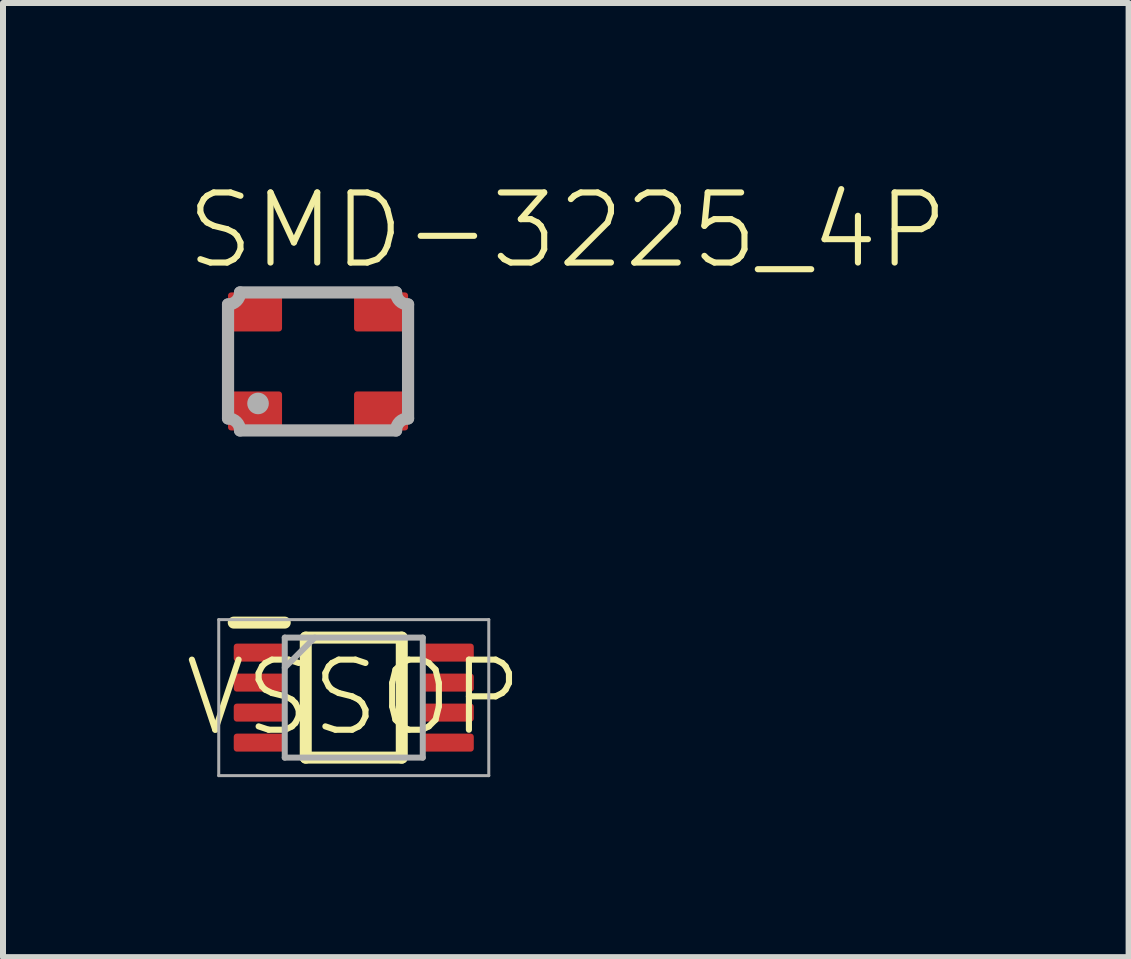
<source format=kicad_pcb>
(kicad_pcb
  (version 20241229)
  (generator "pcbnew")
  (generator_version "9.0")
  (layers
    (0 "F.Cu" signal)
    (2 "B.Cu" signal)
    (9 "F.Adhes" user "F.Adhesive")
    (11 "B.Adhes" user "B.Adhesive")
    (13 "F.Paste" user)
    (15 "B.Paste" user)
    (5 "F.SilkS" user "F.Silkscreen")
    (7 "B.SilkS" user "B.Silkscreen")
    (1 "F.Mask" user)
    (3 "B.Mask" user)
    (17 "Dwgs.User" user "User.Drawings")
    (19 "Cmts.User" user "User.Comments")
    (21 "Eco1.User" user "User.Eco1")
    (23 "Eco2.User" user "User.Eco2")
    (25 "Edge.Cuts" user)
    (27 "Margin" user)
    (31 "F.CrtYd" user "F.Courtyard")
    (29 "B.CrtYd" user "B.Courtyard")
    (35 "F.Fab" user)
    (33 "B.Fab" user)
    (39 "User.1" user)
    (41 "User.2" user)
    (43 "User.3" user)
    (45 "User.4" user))
  (footprint "VSSOP"
    (layer "F.Cu")
    (at 2.845 8.575)
    (property "Reference" "VSSOP" (at 0 0 0) (layer "F.SilkS") (effects (font (size 1.168 1.168) (thickness 0.102))))
    (fp_line (start -2 -1.25) (end -1.15 -1.25) (stroke (width 0.2) (type solid)) (layer "F.SilkS"))
    (fp_line (start -0.8 -1) (end 0.8 -1) (stroke (width 0.2) (type solid)) (layer "F.SilkS"))
    (fp_line (start -0.8 1) (end -0.8 -1) (stroke (width 0.2) (type solid)) (layer "F.SilkS"))
    (fp_line (start 0.8 -1) (end 0.8 1) (stroke (width 0.2) (type solid)) (layer "F.SilkS"))
    (fp_line (start 0.8 1) (end -0.8 1) (stroke (width 0.2) (type solid)) (layer "F.SilkS"))
    (fp_line (start -2.25 -1.3) (end 2.25 -1.3) (stroke (width 0.05) (type solid)) (layer "F.Fab"))
    (fp_line (start -2.25 1.3) (end -2.25 -1.3) (stroke (width 0.05) (type solid)) (layer "F.Fab"))
    (fp_line (start -1.15 -1) (end 1.15 -1) (stroke (width 0.1) (type solid)) (layer "F.Fab"))
    (fp_line (start -1.15 -0.5) (end -0.65 -1) (stroke (width 0.1) (type solid)) (layer "F.Fab"))
    (fp_line (start -1.15 1) (end -1.15 -1) (stroke (width 0.1) (type solid)) (layer "F.Fab"))
    (fp_line (start 1.15 -1) (end 1.15 1) (stroke (width 0.1) (type solid)) (layer "F.Fab"))
    (fp_line (start 1.15 1) (end -1.15 1) (stroke (width 0.1) (type solid)) (layer "F.Fab"))
    (fp_line (start 2.25 -1.3) (end 2.25 1.3) (stroke (width 0.05) (type solid)) (layer "F.Fab"))
    (fp_line (start 2.25 1.3) (end -2.25 1.3) (stroke (width 0.05) (type solid)) (layer "F.Fab"))
    (pad "1" smd roundrect (at -1.575 -0.75) (size 0.85 0.3) (layers "F.Cu" "F.Mask" "F.Paste") (roundrect_rratio 0.169))
    (pad "2" smd roundrect (at -1.575 -0.25) (size 0.85 0.3) (layers "F.Cu" "F.Mask" "F.Paste") (roundrect_rratio 0.169))
    (pad "3" smd roundrect (at -1.575 0.25) (size 0.85 0.3) (layers "F.Cu" "F.Mask" "F.Paste") (roundrect_rratio 0.169))
    (pad "4" smd roundrect (at -1.575 0.75) (size 0.85 0.3) (layers "F.Cu" "F.Mask" "F.Paste") (roundrect_rratio 0.169))
    (pad "5" smd roundrect (at 1.575 0.75) (size 0.85 0.3) (layers "F.Cu" "F.Mask" "F.Paste") (roundrect_rratio 0.169))
    (pad "6" smd roundrect (at 1.575 0.25) (size 0.85 0.3) (layers "F.Cu" "F.Mask" "F.Paste") (roundrect_rratio 0.169))
    (pad "7" smd roundrect (at 1.575 -0.25) (size 0.85 0.3) (layers "F.Cu" "F.Mask" "F.Paste") (roundrect_rratio 0.169))
    (pad "8" smd roundrect (at 1.575 -0.75) (size 0.85 0.3) (layers "F.Cu" "F.Mask" "F.Paste") (roundrect_rratio 0.169)))
  (footprint "SMD-3225_4P"
    (layer "F.Cu")
    (at 2.25 2.973)
    (property "Reference" "SMD-3225_4P" (at -2.25 -1.5 0) (layer "F.SilkS") (effects (font (size 1.168 1.168) (thickness 0.102)) (justify left bottom)))
    (fp_line (start -1.5 0.95) (end -1.5 -0.95) (stroke (width 0.203) (type solid)) (layer "F.Fab"))
    (fp_line (start -1.3 -1.15) (end 1.3 -1.15) (stroke (width 0.203) (type solid)) (layer "F.Fab"))
    (fp_line (start 1.3 1.15) (end -1.3 1.15) (stroke (width 0.203) (type solid)) (layer "F.Fab"))
    (fp_line (start 1.5 -0.95) (end 1.5 0.95) (stroke (width 0.203) (type solid)) (layer "F.Fab"))
    (fp_arc (start -1.5 0.95) (mid -1.358579 1.008579) (end -1.3 1.15) (stroke (width 0.2032) (type solid)) (layer "F.Fab"))
    (fp_arc (start -1.3 -1.15) (mid -1.358579 -1.008579) (end -1.5 -0.95) (stroke (width 0.2032) (type solid)) (layer "F.Fab"))
    (fp_arc (start 1.3 1.15) (mid 1.358579 1.008579) (end 1.5 0.95) (stroke (width 0.2032) (type solid)) (layer "F.Fab"))
    (fp_arc (start 1.5 -0.95) (mid 1.358579 -1.008579) (end 1.3 -1.15) (stroke (width 0.2032) (type solid)) (layer "F.Fab"))
    (fp_circle (center -1 0.7) (end -0.91 0.7) (stroke (width 0.18) (type solid)) (fill no) (layer "F.Fab"))
    (pad "1" smd roundrect (at -1.05 0.825) (size 0.9 0.65) (layers "F.Cu" "F.Mask" "F.Paste") (roundrect_rratio 0.078))
    (pad "2" smd roundrect (at 1.05 0.825) (size 0.9 0.65) (layers "F.Cu" "F.Mask" "F.Paste") (roundrect_rratio 0.078))
    (pad "3" smd roundrect (at 1.05 -0.825 180) (size 0.9 0.65) (layers "F.Cu" "F.Mask" "F.Paste") (roundrect_rratio 0.078))
    (pad "4" smd roundrect (at -1.05 -0.825 180) (size 0.9 0.65) (layers "F.Cu" "F.Mask" "F.Paste") (roundrect_rratio 0.078)))
  (gr_rect
    (start -3 -3)
    (end 15.757 12.9)
    (stroke (width 0.1) (type default))
    (fill no)
    (layer "Edge.Cuts")))
</source>
